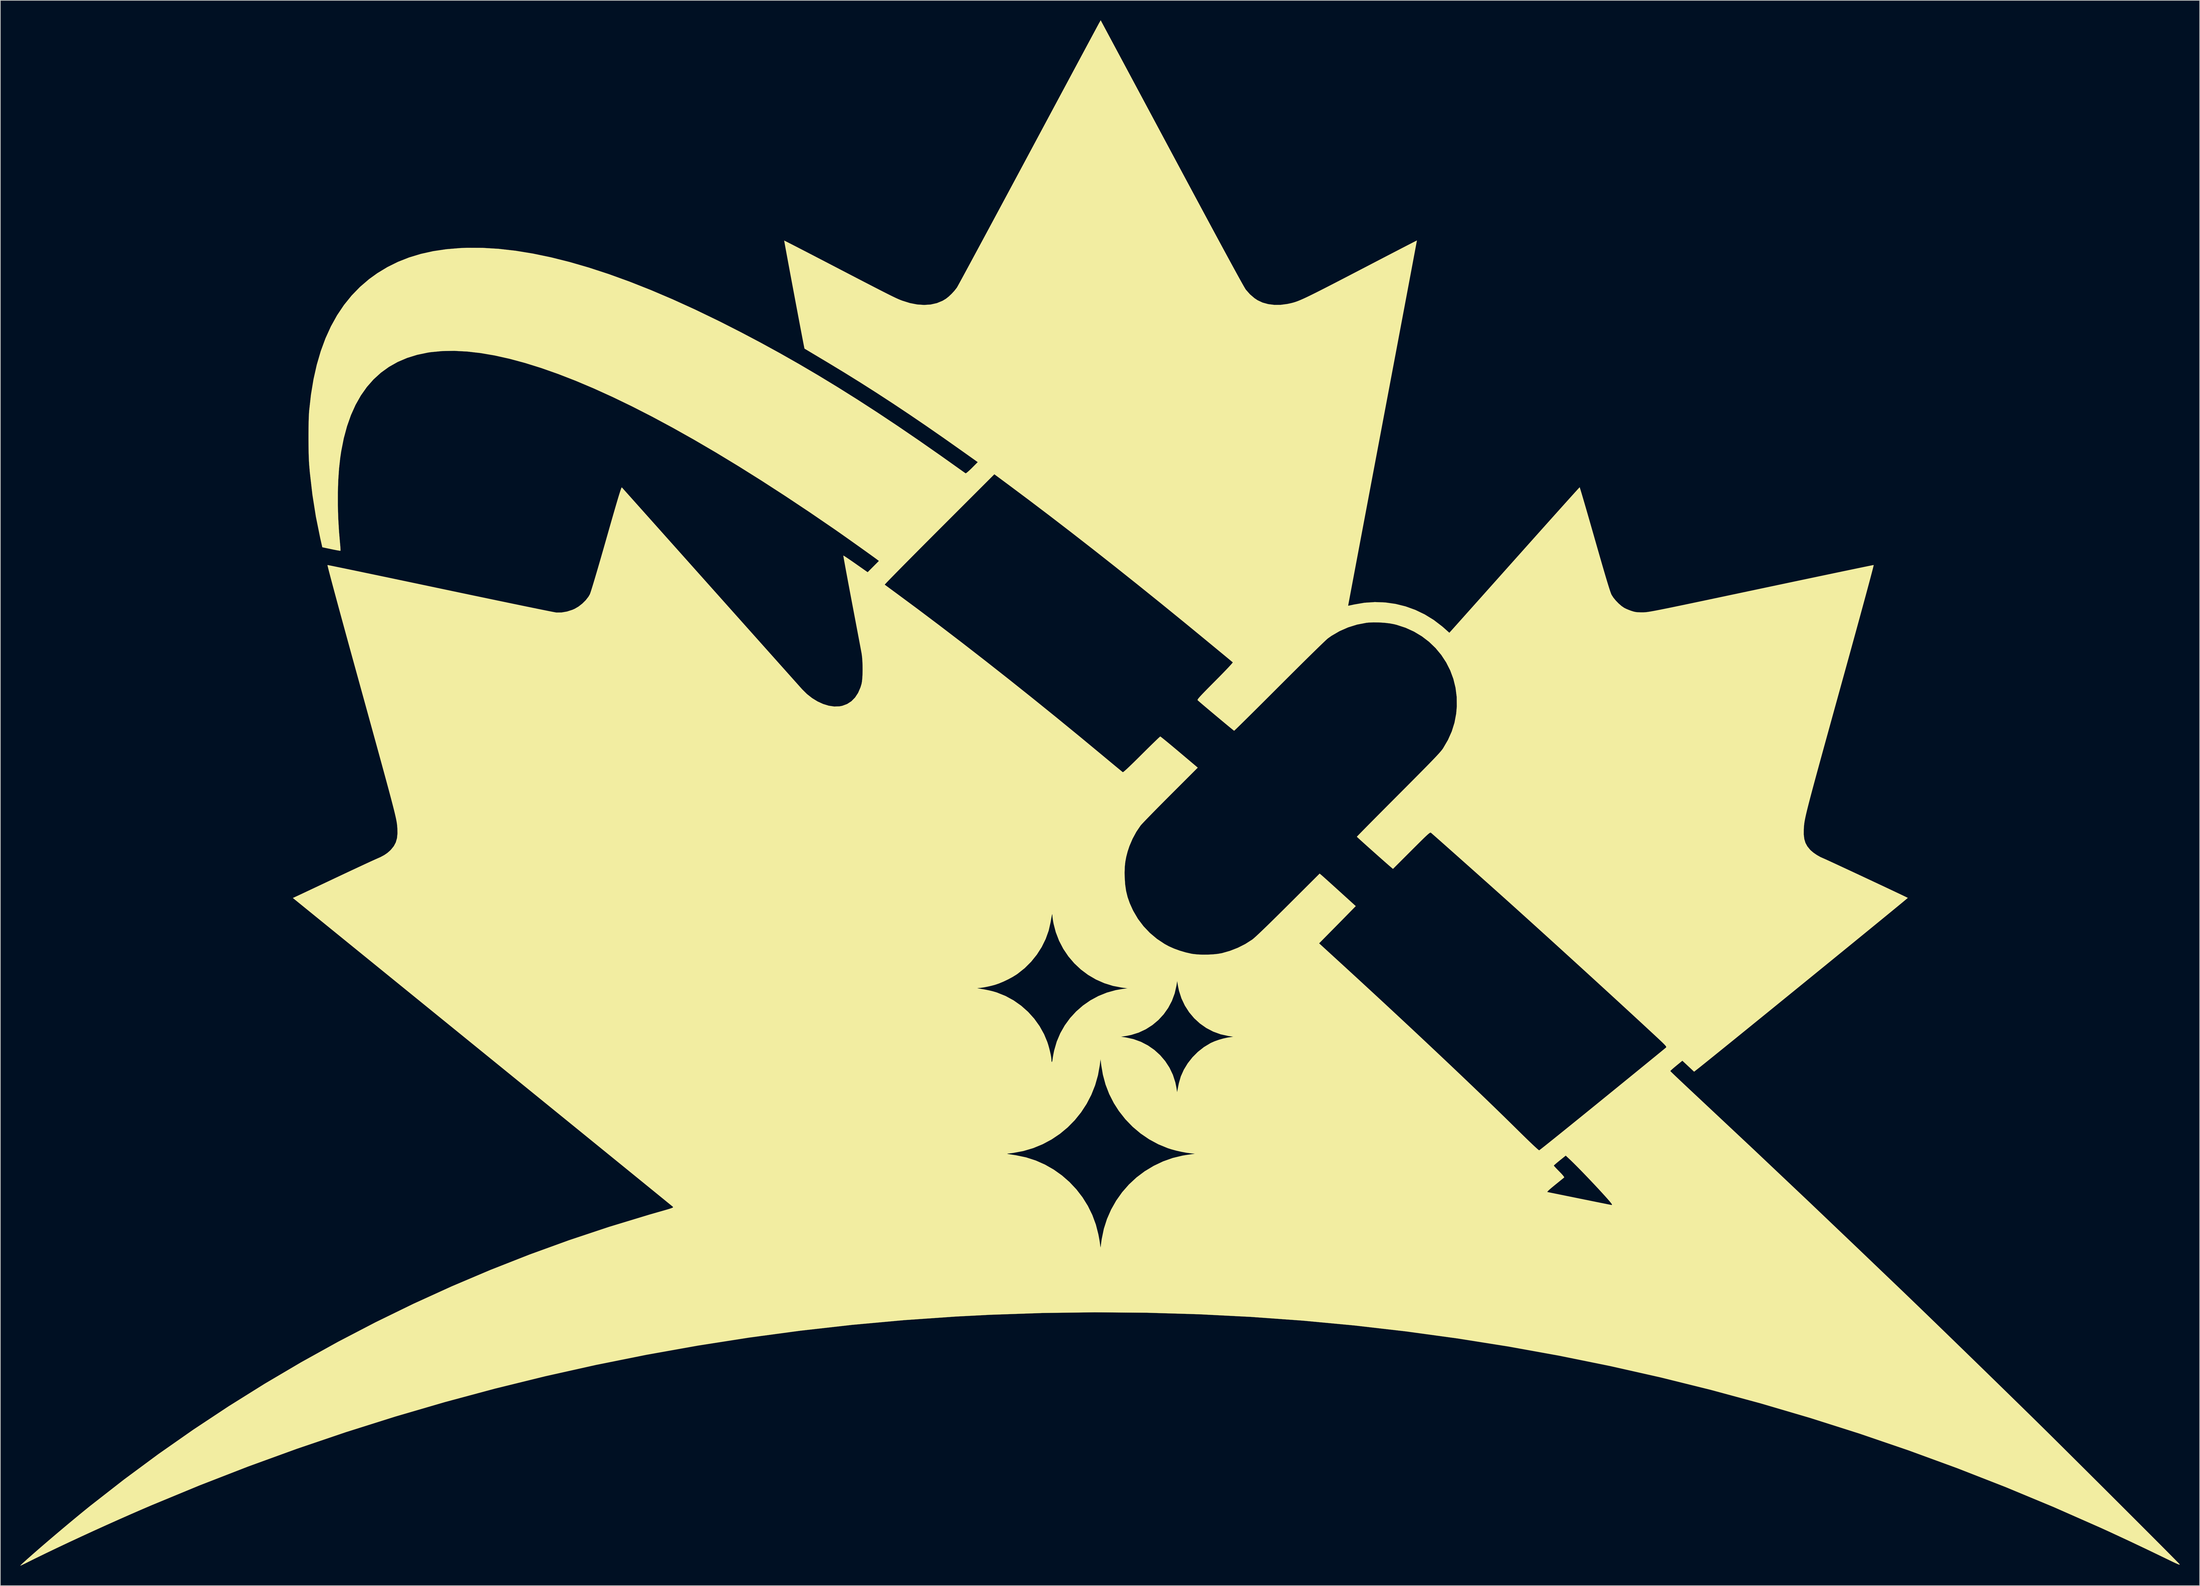
<source format=kicad_pcb>
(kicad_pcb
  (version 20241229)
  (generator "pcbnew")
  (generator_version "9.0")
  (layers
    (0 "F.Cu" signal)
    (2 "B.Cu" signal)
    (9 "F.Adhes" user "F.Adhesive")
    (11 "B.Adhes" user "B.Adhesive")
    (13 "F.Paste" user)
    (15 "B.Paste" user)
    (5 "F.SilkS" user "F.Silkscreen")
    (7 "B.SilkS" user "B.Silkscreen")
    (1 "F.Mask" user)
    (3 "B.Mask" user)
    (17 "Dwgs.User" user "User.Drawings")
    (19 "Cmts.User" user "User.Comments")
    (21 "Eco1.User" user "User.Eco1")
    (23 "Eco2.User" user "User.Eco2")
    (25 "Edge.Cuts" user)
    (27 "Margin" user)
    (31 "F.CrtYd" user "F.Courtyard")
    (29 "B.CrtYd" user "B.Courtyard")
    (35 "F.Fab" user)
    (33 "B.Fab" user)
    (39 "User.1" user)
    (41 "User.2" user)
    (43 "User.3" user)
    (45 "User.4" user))
  (footprint "SFUSat_Logo"
    (layer "F.Cu")
    (at 161.428 118.8)
    (property "Reference" "SFUSat_Logo" (at 0 0 0) (layer "F.SilkS") (effects (font (size 1.524 1.524) (thickness 0.3))))
    (attr through_hole)
    (fp_poly (pts (xy 11.846 -98.831) (xy 13.085 -96.519) (xy 14.245 -94.355) (xy 15.328 -92.336) (xy 16.335 -90.461) (xy 17.267 -88.728) (xy 18.124 -87.135) (xy 18.909 -85.68) (xy 19.622 -84.361) (xy 20.265 -83.175) (xy 20.837 -82.123) (xy 21.341 -81.2) (xy 21.777 -80.405) (xy 22.146 -79.737) (xy 22.45 -79.193) (xy 22.689 -78.772) (xy 22.865 -78.471) (xy 22.979 -78.288) (xy 23.008 -78.246) (xy 23.619 -77.554) (xy 24.312 -76.962) (xy 24.779 -76.653) (xy 25.522 -76.308) (xy 26.366 -76.077) (xy 27.283 -75.962) (xy 28.245 -75.969) (xy 29.223 -76.098) (xy 29.291 -76.112) (xy 29.529 -76.162) (xy 29.753 -76.211) (xy 29.97 -76.263) (xy 30.189 -76.322) (xy 30.417 -76.392) (xy 30.664 -76.477) (xy 30.936 -76.581) (xy 31.241 -76.707) (xy 31.589 -76.86) (xy 31.987 -77.042) (xy 32.443 -77.259) (xy 32.964 -77.514) (xy 33.561 -77.811) (xy 34.239 -78.153) (xy 35.008 -78.545) (xy 35.875 -78.99) (xy 36.848 -79.492) (xy 37.936 -80.056) (xy 39.147 -80.685) (xy 40.489 -81.382) (xy 41.969 -82.153) (xy 42.629 -82.496) (xy 43.572 -82.987) (xy 44.47 -83.454) (xy 45.313 -83.891) (xy 46.089 -84.293) (xy 46.788 -84.655) (xy 47.397 -84.97) (xy 47.907 -85.232) (xy 48.305 -85.437) (xy 48.58 -85.577) (xy 48.722 -85.647) (xy 48.739 -85.655) (xy 48.725 -85.571) (xy 48.68 -85.328) (xy 48.606 -84.93) (xy 48.504 -84.385) (xy 48.376 -83.697) (xy 48.221 -82.874) (xy 48.043 -81.921) (xy 47.841 -80.845) (xy 47.616 -79.651) (xy 47.371 -78.346) (xy 47.106 -76.936) (xy 46.822 -75.427) (xy 46.52 -73.826) (xy 46.202 -72.138) (xy 45.869 -70.369) (xy 45.522 -68.526) (xy 45.161 -66.614) (xy 44.789 -64.641) (xy 44.406 -62.611) (xy 44.014 -60.532) (xy 43.613 -58.409) (xy 43.568 -58.166) (xy 43.166 -56.038) (xy 42.773 -53.954) (xy 42.389 -51.918) (xy 42.015 -49.938) (xy 41.653 -48.02) (xy 41.304 -46.168) (xy 40.969 -44.391) (xy 40.649 -42.693) (xy 40.345 -41.082) (xy 40.059 -39.562) (xy 39.791 -38.141) (xy 39.543 -36.824) (xy 39.316 -35.618) (xy 39.111 -34.528) (xy 38.929 -33.561) (xy 38.771 -32.723) (xy 38.639 -32.02) (xy 38.534 -31.458) (xy 38.456 -31.043) (xy 38.408 -30.782) (xy 38.389 -30.681) (xy 38.389 -30.679) (xy 38.469 -30.692) (xy 38.679 -30.735) (xy 38.985 -30.801) (xy 39.255 -30.861) (xy 40.83 -31.132) (xy 42.407 -31.237) (xy 43.974 -31.179) (xy 45.521 -30.961) (xy 47.035 -30.586) (xy 48.506 -30.056) (xy 49.923 -29.374) (xy 51.274 -28.545) (xy 52.548 -27.569) (xy 52.827 -27.326) (xy 53.627 -26.614) (xy 54.436 -27.516) (xy 54.583 -27.681) (xy 54.837 -27.964) (xy 55.189 -28.359) (xy 55.634 -28.857) (xy 56.165 -29.452) (xy 56.776 -30.135) (xy 57.458 -30.899) (xy 58.207 -31.737) (xy 59.014 -32.641) (xy 59.873 -33.604) (xy 60.778 -34.617) (xy 61.722 -35.675) (xy 62.698 -36.768) (xy 63.699 -37.889) (xy 64.215 -38.466) (xy 65.212 -39.583) (xy 66.178 -40.664) (xy 67.108 -41.705) (xy 67.996 -42.697) (xy 68.835 -43.634) (xy 69.619 -44.509) (xy 70.343 -45.316) (xy 71 -46.048) (xy 71.585 -46.698) (xy 72.091 -47.26) (xy 72.512 -47.726) (xy 72.843 -48.091) (xy 73.077 -48.347) (xy 73.208 -48.488) (xy 73.235 -48.514) (xy 73.265 -48.434) (xy 73.338 -48.203) (xy 73.451 -47.831) (xy 73.6 -47.33) (xy 73.782 -46.71) (xy 73.995 -45.983) (xy 74.234 -45.16) (xy 74.496 -44.252) (xy 74.779 -43.27) (xy 75.079 -42.225) (xy 75.393 -41.129) (xy 75.514 -40.703) (xy 75.923 -39.275) (xy 76.288 -38.003) (xy 76.613 -36.879) (xy 76.899 -35.898) (xy 77.149 -35.05) (xy 77.365 -34.33) (xy 77.549 -33.731) (xy 77.703 -33.244) (xy 77.829 -32.863) (xy 77.93 -32.581) (xy 78.007 -32.39) (xy 78.036 -32.33) (xy 78.3 -31.916) (xy 78.668 -31.466) (xy 79.094 -31.027) (xy 79.534 -30.643) (xy 79.925 -30.373) (xy 80.194 -30.237) (xy 80.554 -30.083) (xy 80.932 -29.939) (xy 80.984 -29.921) (xy 81.322 -29.814) (xy 81.619 -29.745) (xy 81.935 -29.707) (xy 82.325 -29.691) (xy 82.635 -29.688) (xy 82.75 -29.688) (xy 82.865 -29.69) (xy 82.987 -29.696) (xy 83.122 -29.706) (xy 83.278 -29.722) (xy 83.462 -29.746) (xy 83.681 -29.778) (xy 83.942 -29.821) (xy 84.253 -29.876) (xy 84.619 -29.944) (xy 85.049 -30.027) (xy 85.549 -30.125) (xy 86.126 -30.241) (xy 86.789 -30.376) (xy 87.542 -30.531) (xy 88.395 -30.708) (xy 89.354 -30.908) (xy 90.425 -31.133) (xy 91.617 -31.383) (xy 92.935 -31.661) (xy 94.388 -31.968) (xy 95.982 -32.305) (xy 97.725 -32.673) (xy 99.623 -33.075) (xy 100.499 -33.26) (xy 102.161 -33.612) (xy 103.778 -33.953) (xy 105.344 -34.284) (xy 106.85 -34.601) (xy 108.29 -34.904) (xy 109.654 -35.191) (xy 110.935 -35.459) (xy 112.125 -35.709) (xy 113.217 -35.937) (xy 114.203 -36.142) (xy 115.074 -36.324) (xy 115.823 -36.479) (xy 116.443 -36.606) (xy 116.925 -36.704) (xy 117.261 -36.772) (xy 117.444 -36.806) (xy 117.477 -36.811) (xy 117.464 -36.728) (xy 117.408 -36.489) (xy 117.31 -36.102) (xy 117.172 -35.573) (xy 116.997 -34.909) (xy 116.786 -34.118) (xy 116.541 -33.208) (xy 116.265 -32.184) (xy 115.958 -31.055) (xy 115.624 -29.827) (xy 115.264 -28.508) (xy 114.88 -27.105) (xy 114.473 -25.625) (xy 114.047 -24.075) (xy 113.602 -22.463) (xy 113.186 -20.955) (xy 112.563 -18.705) (xy 111.985 -16.612) (xy 111.448 -14.67) (xy 110.952 -12.873) (xy 110.494 -11.214) (xy 110.073 -9.688) (xy 109.688 -8.288) (xy 109.337 -7.008) (xy 109.018 -5.842) (xy 108.73 -4.783) (xy 108.471 -3.827) (xy 108.24 -2.965) (xy 108.034 -2.193) (xy 107.853 -1.504) (xy 107.694 -0.891) (xy 107.557 -0.35) (xy 107.438 0.127) (xy 107.338 0.546) (xy 107.254 0.912) (xy 107.185 1.232) (xy 107.129 1.512) (xy 107.084 1.759) (xy 107.049 1.978) (xy 107.023 2.176) (xy 107.003 2.358) (xy 106.988 2.531) (xy 106.976 2.701) (xy 106.967 2.875) (xy 106.962 2.963) (xy 106.957 3.755) (xy 107.037 4.424) (xy 107.211 5.003) (xy 107.491 5.52) (xy 107.886 6.007) (xy 108.01 6.135) (xy 108.425 6.488) (xy 108.937 6.838) (xy 109.477 7.143) (xy 109.897 7.329) (xy 110.03 7.386) (xy 110.299 7.507) (xy 110.688 7.685) (xy 111.185 7.914) (xy 111.775 8.187) (xy 112.444 8.498) (xy 113.179 8.84) (xy 113.965 9.206) (xy 114.79 9.591) (xy 115.638 9.987) (xy 116.496 10.389) (xy 117.35 10.789) (xy 118.186 11.182) (xy 118.99 11.559) (xy 119.748 11.917) (xy 120.447 12.246) (xy 121.072 12.542) (xy 121.61 12.797) (xy 122.046 13.005) (xy 122.367 13.16) (xy 122.559 13.255) (xy 122.61 13.282) (xy 122.549 13.339) (xy 122.363 13.496) (xy 122.06 13.748) (xy 121.646 14.091) (xy 121.128 14.518) (xy 120.513 15.023) (xy 119.808 15.602) (xy 119.019 16.248) (xy 118.153 16.956) (xy 117.219 17.72) (xy 116.221 18.535) (xy 115.167 19.395) (xy 114.065 20.295) (xy 112.92 21.228) (xy 111.74 22.19) (xy 110.532 23.175) (xy 109.302 24.176) (xy 108.057 25.19) (xy 106.805 26.209) (xy 105.552 27.228) (xy 104.305 28.242) (xy 103.071 29.245) (xy 101.857 30.232) (xy 100.669 31.197) (xy 99.514 32.134) (xy 98.401 33.038) (xy 97.334 33.903) (xy 96.322 34.724) (xy 95.37 35.494) (xy 94.486 36.209) (xy 93.678 36.863) (xy 92.951 37.449) (xy 92.312 37.964) (xy 91.769 38.4) (xy 91.328 38.753) (xy 90.996 39.016) (xy 90.928 39.07) (xy 90.458 39.439) (xy 89.575 38.613) (xy 88.691 37.787) (xy 87.777 38.534) (xy 87.448 38.808) (xy 87.173 39.046) (xy 86.976 39.228) (xy 86.879 39.333) (xy 86.874 39.346) (xy 86.936 39.414) (xy 87.112 39.587) (xy 87.391 39.856) (xy 87.764 40.212) (xy 88.22 40.644) (xy 88.748 41.143) (xy 89.34 41.7) (xy 89.984 42.304) (xy 90.67 42.946) (xy 91.004 43.258) (xy 99.372 51.105) (xy 107.792 59.07) (xy 115.147 66.083) (xy 115.929 66.832) (xy 116.701 67.571) (xy 117.45 68.288) (xy 118.165 68.972) (xy 118.831 69.609) (xy 119.438 70.189) (xy 119.971 70.7) (xy 120.419 71.128) (xy 120.768 71.462) (xy 120.989 71.673) (xy 121.743 72.395) (xy 122.607 73.225) (xy 123.568 74.152) (xy 124.617 75.164) (xy 125.741 76.251) (xy 126.929 77.401) (xy 128.169 78.603) (xy 129.451 79.847) (xy 130.763 81.122) (xy 132.093 82.415) (xy 133.431 83.717) (xy 134.764 85.016) (xy 136.082 86.301) (xy 137.373 87.561) (xy 138.626 88.786) (xy 139.829 89.963) (xy 140.972 91.083) (xy 142.042 92.133) (xy 142.408 92.493) (xy 142.951 93.028) (xy 143.572 93.641) (xy 144.265 94.327) (xy 145.021 95.077) (xy 145.835 95.884) (xy 146.699 96.742) (xy 147.604 97.642) (xy 148.545 98.578) (xy 149.514 99.542) (xy 150.502 100.527) (xy 151.505 101.525) (xy 152.513 102.53) (xy 153.519 103.534) (xy 154.517 104.53) (xy 155.499 105.511) (xy 156.458 106.469) (xy 157.386 107.397) (xy 158.276 108.288) (xy 159.121 109.134) (xy 159.914 109.928) (xy 160.647 110.663) (xy 161.313 111.332) (xy 161.904 111.927) (xy 162.414 112.442) (xy 162.836 112.868) (xy 163.161 113.199) (xy 163.382 113.426) (xy 163.493 113.544) (xy 163.504 113.557) (xy 163.532 113.615) (xy 163.502 113.634) (xy 163.398 113.61) (xy 163.208 113.537) (xy 162.918 113.409) (xy 162.514 113.22) (xy 161.983 112.965) (xy 161.485 112.723) (xy 158.671 111.365) (xy 155.899 110.051) (xy 153.209 108.8) (xy 151.68 108.101) (xy 144.523 104.944) (xy 137.309 101.946) (xy 130.04 99.107) (xy 122.718 96.429) (xy 115.347 93.91) (xy 107.927 91.553) (xy 100.462 89.356) (xy 92.953 87.321) (xy 85.403 85.448) (xy 77.814 83.738) (xy 70.187 82.19) (xy 62.527 80.805) (xy 54.833 79.585) (xy 47.109 78.528) (xy 39.358 77.635) (xy 31.58 76.907) (xy 23.779 76.345) (xy 15.956 75.948) (xy 8.114 75.717) (xy 0.255 75.653) (xy -7.619 75.756) (xy -15.505 76.026) (xy -20.616 76.29) (xy -28.436 76.832) (xy -36.234 77.541) (xy -44.007 78.417) (xy -51.753 79.459) (xy -59.47 80.666) (xy -67.154 82.038) (xy -74.804 83.574) (xy -82.416 85.273) (xy -89.988 87.136) (xy -97.517 89.16) (xy -105.001 91.346) (xy -112.437 93.693) (xy -119.823 96.201) (xy -127.155 98.868) (xy -134.432 101.695) (xy -141.65 104.68) (xy -142.96 105.241) (xy -144.757 106.023) (xy -146.614 106.843) (xy -148.505 107.69) (xy -150.405 108.552) (xy -152.29 109.419) (xy -154.135 110.278) (xy -155.915 111.119) (xy -157.605 111.929) (xy -159.18 112.698) (xy -160.252 113.23) (xy -160.649 113.428) (xy -160.991 113.595) (xy -161.25 113.718) (xy -161.399 113.784) (xy -161.423 113.792) (xy -161.39 113.74) (xy -161.257 113.603) (xy -161.051 113.407) (xy -160.998 113.358) (xy -160.37 112.791) (xy -159.628 112.135) (xy -158.795 111.407) (xy -157.889 110.623) (xy -156.93 109.802) (xy -155.939 108.96) (xy -154.935 108.113) (xy -153.938 107.279) (xy -152.968 106.474) (xy -152.046 105.715) (xy -151.19 105.02) (xy -150.876 104.768) (xy -145.803 100.81) (xy -140.643 96.994) (xy -135.397 93.322) (xy -130.068 89.795) (xy -124.66 86.414) (xy -119.174 83.18) (xy -113.613 80.096) (xy -107.98 77.162) (xy -102.278 74.38) (xy -96.509 71.751) (xy -90.676 69.276) (xy -84.781 66.958) (xy -78.828 64.797) (xy -72.818 62.794) (xy -66.756 60.952) (xy -65.426 60.571) (xy -64.747 60.378) (xy -64.215 60.225) (xy -63.813 60.105) (xy -63.526 60.012) (xy -63.337 59.941) (xy -63.229 59.885) (xy -63.188 59.839) (xy -63.196 59.797) (xy -63.225 59.763) (xy -63.3 59.7) (xy -63.502 59.534) (xy -63.828 59.269) (xy -64.272 58.907) (xy -64.83 58.452) (xy -65.499 57.907) (xy -66.273 57.277) (xy -67.149 56.564) (xy -68.123 55.772) (xy -69.19 54.904) (xy -70.345 53.964) (xy -71.586 52.956) (xy -72.906 51.882) (xy -73.028 51.783) (xy -12.912 51.783) (xy -12.88 51.808) (xy -12.731 51.841) (xy -12.453 51.889) (xy -12.032 51.954) (xy -11.561 52.027) (xy -10.057 52.343) (xy -8.606 52.813) (xy -7.219 53.428) (xy -5.905 54.179) (xy -4.674 55.056) (xy -3.536 56.05) (xy -2.499 57.152) (xy -1.575 58.353) (xy -0.772 59.643) (xy -0.1 61.013) (xy 0.431 62.454) (xy 0.802 63.905) (xy 0.891 64.367) (xy 0.973 64.838) (xy 1.038 65.253) (xy 1.069 65.49) (xy 1.106 65.772) (xy 1.134 65.891) (xy 1.155 65.853) (xy 1.163 65.786) (xy 1.186 65.577) (xy 1.229 65.252) (xy 1.284 64.862) (xy 1.322 64.601) (xy 1.635 63.084) (xy 2.106 61.612) (xy 2.727 60.196) (xy 3.489 58.849) (xy 4.385 57.586) (xy 4.452 57.509) (xy 68.372 57.509) (xy 68.382 57.558) (xy 68.382 57.558) (xy 68.492 57.579) (xy 68.752 57.631) (xy 69.148 57.711) (xy 69.663 57.815) (xy 70.282 57.941) (xy 70.99 58.085) (xy 71.772 58.244) (xy 72.612 58.414) (xy 73.237 58.542) (xy 74.106 58.718) (xy 74.928 58.885) (xy 75.686 59.039) (xy 76.364 59.176) (xy 76.949 59.293) (xy 77.425 59.389) (xy 77.776 59.458) (xy 77.987 59.499) (xy 78.044 59.51) (xy 78.111 59.479) (xy 78.07 59.365) (xy 77.96 59.209) (xy 77.745 58.946) (xy 77.438 58.591) (xy 77.054 58.16) (xy 76.605 57.667) (xy 76.106 57.125) (xy 75.57 56.55) (xy 75.01 55.957) (xy 74.442 55.359) (xy 73.877 54.772) (xy 73.331 54.209) (xy 72.816 53.686) (xy 72.346 53.217) (xy 71.935 52.817) (xy 71.786 52.676) (xy 71.14 52.068) (xy 70.241 52.791) (xy 69.913 53.059) (xy 69.638 53.292) (xy 69.442 53.467) (xy 69.347 53.564) (xy 69.342 53.574) (xy 69.399 53.652) (xy 69.554 53.826) (xy 69.786 54.072) (xy 70.073 54.367) (xy 70.165 54.459) (xy 70.493 54.799) (xy 70.734 55.072) (xy 70.877 55.262) (xy 70.907 55.355) (xy 70.905 55.357) (xy 70.817 55.43) (xy 70.618 55.593) (xy 70.331 55.826) (xy 69.977 56.114) (xy 69.577 56.438) (xy 69.525 56.48) (xy 69.046 56.873) (xy 68.698 57.172) (xy 68.475 57.383) (xy 68.372 57.509) (xy 4.452 57.509) (xy 5.407 56.418) (xy 6.545 55.359) (xy 7.781 54.429) (xy 9.135 53.613) (xy 10.545 52.943) (xy 11.994 52.428) (xy 13.466 52.074) (xy 13.928 51.997) (xy 14.306 51.941) (xy 14.689 51.885) (xy 14.944 51.847) (xy 15.367 51.785) (xy 14.652 51.715) (xy 14.018 51.629) (xy 13.292 51.493) (xy 12.537 51.322) (xy 11.817 51.129) (xy 11.267 50.954) (xy 9.824 50.36) (xy 8.45 49.617) (xy 7.158 48.734) (xy 5.96 47.723) (xy 4.868 46.593) (xy 3.894 45.354) (xy 3.138 44.171) (xy 2.439 42.802) (xy 1.892 41.38) (xy 1.49 39.889) (xy 1.238 38.396) (xy 1.133 37.55) (xy 1.027 38.396) (xy 0.748 39.97) (xy 0.318 41.481) (xy -0.254 42.921) (xy -0.961 44.283) (xy -1.794 45.558) (xy -2.745 46.739) (xy -3.805 47.816) (xy -4.968 48.783) (xy -6.224 49.63) (xy -7.565 50.35) (xy -8.983 50.935) (xy -10.471 51.377) (xy -12.019 51.667) (xy -12.446 51.719) (xy -12.682 51.743) (xy -12.842 51.763) (xy -12.912 51.783) (xy -73.028 51.783) (xy -74.303 50.747) (xy -75.772 49.553) (xy -77.308 48.304) (xy -78.908 47.004) (xy -80.567 45.656) (xy -82.281 44.263) (xy -84.045 42.83) (xy -85.856 41.359) (xy -87.709 39.853) (xy -89.6 38.317) (xy -91.524 36.754) (xy -91.888 36.459) (xy -103.686 26.876) (xy -17.415 26.876) (xy -17.27 26.907) (xy -17.103 26.935) (xy -16.311 27.072) (xy -15.65 27.205) (xy -15.083 27.341) (xy -14.574 27.49) (xy -14.437 27.535) (xy -13.151 28.053) (xy -11.936 28.718) (xy -10.804 29.517) (xy -9.768 30.438) (xy -8.841 31.467) (xy -8.034 32.593) (xy -7.362 33.803) (xy -6.876 34.972) (xy -6.739 35.396) (xy -6.603 35.878) (xy -6.478 36.377) (xy -6.373 36.849) (xy -6.299 37.252) (xy -6.266 37.545) (xy -6.265 37.584) (xy -6.249 37.871) (xy -6.207 37.993) (xy -6.153 37.949) (xy -6.1 37.738) (xy -6.081 37.592) (xy -6.033 37.251) (xy -5.957 36.822) (xy -5.869 36.38) (xy -5.838 36.237) (xy -5.453 34.91) (xy -5.142 34.176) (xy 4.191 34.176) (xy 4.909 34.283) (xy 6.096 34.542) (xy 7.221 34.951) (xy 8.272 35.497) (xy 9.238 36.171) (xy 10.107 36.96) (xy 10.867 37.853) (xy 11.509 38.84) (xy 12.019 39.908) (xy 12.387 41.047) (xy 12.547 41.832) (xy 12.658 42.539) (xy 12.728 42.161) (xy 12.782 41.876) (xy 12.855 41.51) (xy 12.92 41.19) (xy 13.217 40.157) (xy 13.668 39.147) (xy 14.256 38.181) (xy 14.967 37.278) (xy 15.785 36.458) (xy 16.693 35.741) (xy 17.677 35.146) (xy 17.765 35.101) (xy 18.306 34.864) (xy 18.947 34.638) (xy 19.622 34.446) (xy 20.26 34.307) (xy 20.414 34.282) (xy 21.124 34.176) (xy 20.386 34.068) (xy 19.206 33.811) (xy 18.089 33.405) (xy 17.046 32.859) (xy 16.087 32.184) (xy 15.224 31.392) (xy 14.467 30.492) (xy 13.828 29.496) (xy 13.316 28.414) (xy 12.943 27.258) (xy 12.777 26.458) (xy 12.668 25.781) (xy 12.56 26.464) (xy 12.291 27.656) (xy 11.874 28.782) (xy 11.319 29.832) (xy 10.639 30.795) (xy 9.844 31.659) (xy 8.945 32.414) (xy 7.954 33.048) (xy 6.881 33.551) (xy 5.738 33.91) (xy 4.929 34.068) (xy 4.191 34.176) (xy -5.142 34.176) (xy -4.919 33.651) (xy -4.248 32.47) (xy -3.45 31.375) (xy -2.535 30.378) (xy -1.514 29.486) (xy -0.397 28.71) (xy 0.805 28.058) (xy 2.081 27.542) (xy 3.421 27.169) (xy 4.427 26.995) (xy 5.207 26.893) (xy 4.391 26.788) (xy 3.012 26.529) (xy 1.691 26.116) (xy 0.437 25.56) (xy -0.74 24.87) (xy -1.829 24.054) (xy -2.82 23.124) (xy -3.703 22.088) (xy -4.467 20.956) (xy -5.103 19.737) (xy -5.6 18.441) (xy -5.926 17.19) (xy -6.001 16.787) (xy -6.062 16.403) (xy -6.098 16.096) (xy -6.105 15.989) (xy -6.112 15.772) (xy -6.127 15.71) (xy -6.159 15.791) (xy -6.183 15.875) (xy -6.227 16.07) (xy -6.286 16.38) (xy -6.352 16.752) (xy -6.383 16.939) (xy -6.674 18.22) (xy -7.124 19.472) (xy -7.719 20.679) (xy -8.45 21.822) (xy -9.305 22.885) (xy -10.272 23.85) (xy -11.341 24.7) (xy -11.519 24.823) (xy -12.099 25.182) (xy -12.769 25.542) (xy -13.475 25.879) (xy -14.16 26.164) (xy -14.768 26.371) (xy -14.773 26.372) (xy -15.297 26.511) (xy -15.856 26.637) (xy -16.403 26.741) (xy -16.886 26.815) (xy -17.257 26.849) (xy -17.262 26.849) (xy -17.409 26.859) (xy -17.415 26.876) (xy -103.686 26.876) (xy -120.403 13.298) (xy -119.871 13.053) (xy -119.705 12.976) (xy -119.4 12.833) (xy -118.969 12.631) (xy -118.428 12.376) (xy -117.79 12.075) (xy -117.068 11.735) (xy -116.277 11.362) (xy -115.43 10.962) (xy -114.542 10.543) (xy -114.004 10.288) (xy -113.089 9.857) (xy -112.201 9.439) (xy -111.353 9.042) (xy -110.562 8.672) (xy -109.841 8.336) (xy -109.206 8.041) (xy -108.671 7.795) (xy -108.251 7.603) (xy -107.962 7.474) (xy -107.865 7.432) (xy -107.194 7.132) (xy -106.65 6.838) (xy -106.196 6.529) (xy -105.793 6.178) (xy -105.638 6.021) (xy -105.215 5.498) (xy -104.917 4.934) (xy -104.735 4.302) (xy -104.661 3.576) (xy -104.676 2.893) (xy -104.687 2.731) (xy -104.698 2.577) (xy -104.71 2.423) (xy -104.727 2.265) (xy -104.748 2.096) (xy -104.776 1.91) (xy -104.813 1.7) (xy -104.859 1.462) (xy -104.917 1.188) (xy -104.989 0.873) (xy -105.074 0.51) (xy -105.176 0.094) (xy -105.296 -0.381) (xy -105.436 -0.923) (xy -105.596 -1.536) (xy -105.779 -2.226) (xy -105.986 -3.001) (xy -106.22 -3.865) (xy -106.48 -4.826) (xy -106.77 -5.889) (xy -107.09 -7.059) (xy -107.442 -8.344) (xy -107.828 -9.75) (xy -108.25 -11.281) (xy -108.708 -12.945) (xy -109.205 -14.748) (xy -109.742 -16.695) (xy -110.321 -18.793) (xy -110.943 -21.048) (xy -110.987 -21.209) (xy -111.479 -22.991) (xy -111.947 -24.693) (xy -112.39 -26.307) (xy -112.806 -27.829) (xy -113.195 -29.252) (xy -113.554 -30.571) (xy -113.881 -31.78) (xy -114.176 -32.873) (xy -114.437 -33.845) (xy -114.662 -34.69) (xy -114.85 -35.402) (xy -114.999 -35.975) (xy -115.107 -36.404) (xy -115.174 -36.682) (xy -115.196 -36.805) (xy -115.195 -36.81) (xy -115.105 -36.795) (xy -114.856 -36.747) (xy -114.458 -36.667) (xy -113.917 -36.556) (xy -113.242 -36.417) (xy -112.441 -36.252) (xy -111.52 -36.061) (xy -110.489 -35.846) (xy -109.355 -35.609) (xy -108.125 -35.352) (xy -106.808 -35.077) (xy -105.411 -34.784) (xy -103.943 -34.475) (xy -102.41 -34.153) (xy -100.822 -33.819) (xy -99.185 -33.474) (xy -98.213 -33.269) (xy -96.544 -32.917) (xy -94.914 -32.574) (xy -93.332 -32.242) (xy -91.805 -31.923) (xy -90.342 -31.617) (xy -88.951 -31.327) (xy -87.64 -31.055) (xy -86.417 -30.802) (xy -85.29 -30.569) (xy -84.268 -30.359) (xy -83.359 -30.174) (xy -82.57 -30.014) (xy -81.91 -29.881) (xy -81.387 -29.778) (xy -81.009 -29.706) (xy -80.784 -29.666) (xy -80.73 -29.659) (xy -79.962 -29.671) (xy -79.149 -29.812) (xy -78.341 -30.072) (xy -77.988 -30.227) (xy -77.41 -30.566) (xy -76.845 -31.009) (xy -76.334 -31.517) (xy -75.92 -32.049) (xy -75.722 -32.39) (xy -75.655 -32.56) (xy -75.545 -32.886) (xy -75.395 -33.361) (xy -75.206 -33.976) (xy -74.981 -34.724) (xy -74.723 -35.597) (xy -74.432 -36.589) (xy -74.112 -37.691) (xy -73.765 -38.896) (xy -73.393 -40.196) (xy -73.235 -40.752) (xy -72.847 -42.113) (xy -72.503 -43.318) (xy -72.199 -44.376) (xy -71.933 -45.293) (xy -71.704 -46.077) (xy -71.509 -46.737) (xy -71.345 -47.279) (xy -71.21 -47.71) (xy -71.103 -48.04) (xy -71.02 -48.275) (xy -70.96 -48.422) (xy -70.92 -48.49) (xy -70.902 -48.494) (xy -70.837 -48.422) (xy -70.664 -48.229) (xy -70.389 -47.921) (xy -70.015 -47.503) (xy -69.549 -46.982) (xy -68.995 -46.361) (xy -68.358 -45.648) (xy -67.644 -44.848) (xy -66.856 -43.966) (xy -66 -43.008) (xy -65.081 -41.979) (xy -64.105 -40.885) (xy -63.075 -39.732) (xy -61.997 -38.525) (xy -60.876 -37.269) (xy -59.717 -35.971) (xy -58.525 -34.636) (xy -57.574 -33.57) (xy -56.352 -32.202) (xy -55.157 -30.863) (xy -53.992 -29.558) (xy -52.863 -28.294) (xy -51.775 -27.075) (xy -50.733 -25.909) (xy -49.744 -24.801) (xy -48.811 -23.756) (xy -47.94 -22.781) (xy -47.137 -21.881) (xy -46.406 -21.063) (xy -45.753 -20.332) (xy -45.183 -19.693) (xy -44.701 -19.154) (xy -44.313 -18.719) (xy -44.023 -18.394) (xy -43.837 -18.186) (xy -43.771 -18.112) (xy -43.049 -17.396) (xy -42.27 -16.783) (xy -41.452 -16.28) (xy -40.614 -15.897) (xy -39.776 -15.64) (xy -38.956 -15.518) (xy -38.174 -15.538) (xy -37.722 -15.624) (xy -36.993 -15.897) (xy -36.352 -16.314) (xy -35.804 -16.871) (xy -35.348 -17.566) (xy -34.988 -18.396) (xy -34.828 -18.923) (xy -34.761 -19.293) (xy -34.711 -19.794) (xy -34.68 -20.387) (xy -34.668 -21.037) (xy -34.675 -21.704) (xy -34.7 -22.352) (xy -34.744 -22.943) (xy -34.807 -23.44) (xy -34.817 -23.495) (xy -34.853 -23.695) (xy -34.919 -24.048) (xy -35.011 -24.54) (xy -35.127 -25.155) (xy -35.264 -25.881) (xy -35.42 -26.703) (xy -35.591 -27.608) (xy -35.775 -28.581) (xy -35.97 -29.608) (xy -36.173 -30.676) (xy -36.278 -31.23) (xy -36.479 -32.291) (xy -36.67 -33.305) (xy -36.774 -33.859) (xy -31.346 -33.859) (xy -31.263 -33.795) (xy -31.063 -33.646) (xy -30.765 -33.426) (xy -30.39 -33.149) (xy -29.956 -32.83) (xy -29.633 -32.593) (xy -26.416 -30.212) (xy -23.1 -27.715) (xy -19.699 -25.114) (xy -16.227 -22.418) (xy -12.697 -19.64) (xy -9.124 -16.79) (xy -5.52 -13.878) (xy -1.901 -10.916) (xy 1.576 -8.034) (xy 2.171 -7.539) (xy 2.727 -7.077) (xy 3.231 -6.659) (xy 3.669 -6.297) (xy 4.027 -6.002) (xy 4.292 -5.786) (xy 4.448 -5.659) (xy 4.485 -5.632) (xy 4.574 -5.674) (xy 4.778 -5.839) (xy 5.097 -6.126) (xy 5.53 -6.534) (xy 6.076 -7.062) (xy 6.734 -7.71) (xy 7.314 -8.287) (xy 7.876 -8.845) (xy 8.402 -9.365) (xy 8.88 -9.834) (xy 9.298 -10.241) (xy 9.644 -10.574) (xy 9.905 -10.82) (xy 10.069 -10.967) (xy 10.123 -11.007) (xy 10.203 -10.954) (xy 10.399 -10.802) (xy 10.696 -10.564) (xy 11.082 -10.249) (xy 11.541 -9.87) (xy 12.061 -9.437) (xy 12.628 -8.962) (xy 12.984 -8.662) (xy 15.762 -6.318) (xy 11.649 -2.206) (xy 10.946 -1.502) (xy 10.27 -0.821) (xy 9.631 -0.176) (xy 9.042 0.423) (xy 8.513 0.965) (xy 8.054 1.438) (xy 7.677 1.831) (xy 7.393 2.132) (xy 7.212 2.332) (xy 7.163 2.391) (xy 6.525 3.33) (xy 5.956 4.379) (xy 5.481 5.488) (xy 5.209 6.308) (xy 5.001 7.108) (xy 4.86 7.866) (xy 4.78 8.637) (xy 4.755 9.476) (xy 4.767 10.156) (xy 4.837 11.251) (xy 4.979 12.238) (xy 5.207 13.168) (xy 5.533 14.091) (xy 5.97 15.059) (xy 6.075 15.269) (xy 6.768 16.449) (xy 7.602 17.551) (xy 8.559 18.558) (xy 9.623 19.453) (xy 10.775 20.22) (xy 11.42 20.57) (xy 12.186 20.911) (xy 13.049 21.225) (xy 13.941 21.489) (xy 14.789 21.681) (xy 15.028 21.722) (xy 15.695 21.795) (xy 16.456 21.828) (xy 17.259 21.824) (xy 18.052 21.784) (xy 18.784 21.709) (xy 19.4 21.6) (xy 20.609 21.256) (xy 21.798 20.791) (xy 22.92 20.225) (xy 23.932 19.578) (xy 23.99 19.537) (xy 24.197 19.367) (xy 24.518 19.08) (xy 24.948 18.681) (xy 25.483 18.172) (xy 26.119 17.559) (xy 26.85 16.846) (xy 27.672 16.037) (xy 28.582 15.136) (xy 29.393 14.329) (xy 34.106 9.628) (xy 34.398 9.873) (xy 34.525 9.984) (xy 34.762 10.195) (xy 35.093 10.492) (xy 35.502 10.86) (xy 35.973 11.285) (xy 36.491 11.754) (xy 37.04 12.252) (xy 37.114 12.318) (xy 39.538 14.519) (xy 38.502 15.578) (xy 38.153 15.934) (xy 37.715 16.38) (xy 37.216 16.887) (xy 36.687 17.424) (xy 36.157 17.962) (xy 35.745 18.379) (xy 34.024 20.122) (xy 37.945 23.713) (xy 39.959 25.563) (xy 41.978 27.425) (xy 43.994 29.29) (xy 45.995 31.151) (xy 47.973 32.996) (xy 49.917 34.818) (xy 51.817 36.606) (xy 53.665 38.351) (xy 55.449 40.045) (xy 57.161 41.679) (xy 58.791 43.241) (xy 60.328 44.725) (xy 61.763 46.12) (xy 63.086 47.417) (xy 63.754 48.076) (xy 64.465 48.778) (xy 65.109 49.407) (xy 65.679 49.958) (xy 66.165 50.422) (xy 66.563 50.792) (xy 66.863 51.063) (xy 67.06 51.227) (xy 67.144 51.277) (xy 67.223 51.221) (xy 67.427 51.064) (xy 67.747 50.812) (xy 68.176 50.472) (xy 68.706 50.048) (xy 69.33 49.548) (xy 70.04 48.976) (xy 70.829 48.34) (xy 71.69 47.645) (xy 72.614 46.897) (xy 73.595 46.103) (xy 74.625 45.268) (xy 75.696 44.398) (xy 76.669 43.607) (xy 77.772 42.71) (xy 78.84 41.841) (xy 79.866 41.005) (xy 80.843 40.21) (xy 81.762 39.461) (xy 82.616 38.765) (xy 83.399 38.127) (xy 84.101 37.553) (xy 84.717 37.051) (xy 85.237 36.625) (xy 85.655 36.283) (xy 85.964 36.029) (xy 86.155 35.871) (xy 86.22 35.816) (xy 86.255 35.774) (xy 86.267 35.724) (xy 86.244 35.654) (xy 86.176 35.553) (xy 86.051 35.41) (xy 85.859 35.212) (xy 85.59 34.949) (xy 85.231 34.609) (xy 84.773 34.181) (xy 84.204 33.652) (xy 84.018 33.48) (xy 82.571 32.14) (xy 81.016 30.705) (xy 79.37 29.19) (xy 77.652 27.613) (xy 75.88 25.99) (xy 74.072 24.337) (xy 72.246 22.672) (xy 70.422 21.01) (xy 68.615 19.368) (xy 66.846 17.764) (xy 65.132 16.213) (xy 63.491 14.732) (xy 62.78 14.092) (xy 62.265 13.629) (xy 61.678 13.102) (xy 61.028 12.521) (xy 60.327 11.894) (xy 59.586 11.231) (xy 58.814 10.543) (xy 58.023 9.837) (xy 57.224 9.124) (xy 56.427 8.414) (xy 55.642 7.716) (xy 54.881 7.038) (xy 54.153 6.392) (xy 53.471 5.786) (xy 52.844 5.229) (xy 52.283 4.732) (xy 51.799 4.304) (xy 51.402 3.954) (xy 51.103 3.692) (xy 50.914 3.527) (xy 50.855 3.477) (xy 50.811 3.457) (xy 50.752 3.463) (xy 50.666 3.506) (xy 50.542 3.596) (xy 50.371 3.741) (xy 50.14 3.951) (xy 49.841 4.236) (xy 49.463 4.605) (xy 48.994 5.069) (xy 48.424 5.636) (xy 47.923 6.137) (xy 45.142 8.917) (xy 44.9 8.713) (xy 44.663 8.51) (xy 44.342 8.231) (xy 43.953 7.889) (xy 43.511 7.499) (xy 43.032 7.076) (xy 42.533 6.632) (xy 42.029 6.183) (xy 41.536 5.743) (xy 41.071 5.326) (xy 40.649 4.946) (xy 40.286 4.618) (xy 39.998 4.355) (xy 39.802 4.173) (xy 39.712 4.085) (xy 39.709 4.079) (xy 39.767 4.013) (xy 39.938 3.835) (xy 40.212 3.554) (xy 40.583 3.176) (xy 41.042 2.71) (xy 41.581 2.164) (xy 42.193 1.546) (xy 42.87 0.863) (xy 43.604 0.125) (xy 44.387 -0.663) (xy 45.212 -1.49) (xy 45.961 -2.242) (xy 46.995 -3.278) (xy 47.915 -4.203) (xy 48.729 -5.023) (xy 49.444 -5.745) (xy 50.066 -6.376) (xy 50.603 -6.925) (xy 51.061 -7.397) (xy 51.447 -7.8) (xy 51.769 -8.142) (xy 52.033 -8.43) (xy 52.247 -8.671) (xy 52.416 -8.871) (xy 52.549 -9.039) (xy 52.651 -9.181) (xy 52.683 -9.229) (xy 53.418 -10.489) (xy 53.989 -11.769) (xy 54.4 -13.082) (xy 54.656 -14.443) (xy 54.75 -15.536) (xy 54.733 -16.96) (xy 54.557 -18.344) (xy 54.23 -19.677) (xy 53.758 -20.951) (xy 53.149 -22.155) (xy 52.412 -23.28) (xy 51.552 -24.316) (xy 50.578 -25.252) (xy 49.497 -26.08) (xy 48.317 -26.79) (xy 47.045 -27.371) (xy 45.688 -27.814) (xy 45.306 -27.91) (xy 44.633 -28.034) (xy 43.855 -28.123) (xy 43.031 -28.175) (xy 42.219 -28.186) (xy 41.479 -28.154) (xy 41.121 -28.117) (xy 39.733 -27.849) (xy 38.384 -27.428) (xy 37.097 -26.862) (xy 35.893 -26.161) (xy 35.348 -25.775) (xy 35.21 -25.656) (xy 34.961 -25.425) (xy 34.609 -25.091) (xy 34.163 -24.661) (xy 33.632 -24.145) (xy 33.023 -23.55) (xy 32.346 -22.884) (xy 31.608 -22.156) (xy 30.819 -21.374) (xy 29.986 -20.546) (xy 29.118 -19.681) (xy 28.223 -18.787) (xy 28.026 -18.591) (xy 27.139 -17.703) (xy 26.285 -16.85) (xy 25.472 -16.039) (xy 24.707 -15.277) (xy 23.998 -14.573) (xy 23.353 -13.933) (xy 22.779 -13.366) (xy 22.284 -12.879) (xy 21.875 -12.479) (xy 21.561 -12.174) (xy 21.349 -11.971) (xy 21.246 -11.879) (xy 21.237 -11.874) (xy 21.157 -11.933) (xy 20.964 -12.087) (xy 20.675 -12.323) (xy 20.307 -12.626) (xy 19.876 -12.983) (xy 19.399 -13.38) (xy 18.892 -13.803) (xy 18.373 -14.237) (xy 17.857 -14.669) (xy 17.362 -15.086) (xy 16.904 -15.472) (xy 16.5 -15.814) (xy 16.166 -16.099) (xy 15.92 -16.312) (xy 15.777 -16.439) (xy 15.749 -16.466) (xy 15.736 -16.511) (xy 15.76 -16.582) (xy 15.83 -16.692) (xy 15.956 -16.849) (xy 16.147 -17.064) (xy 16.411 -17.348) (xy 16.759 -17.709) (xy 17.2 -18.16) (xy 17.743 -18.709) (xy 18.378 -19.348) (xy 18.988 -19.964) (xy 19.536 -20.524) (xy 20.013 -21.017) (xy 20.409 -21.435) (xy 20.717 -21.769) (xy 20.926 -22.007) (xy 21.028 -22.142) (xy 21.036 -22.168) (xy 20.922 -22.264) (xy 20.692 -22.456) (xy 20.359 -22.732) (xy 19.94 -23.079) (xy 19.447 -23.486) (xy 18.895 -23.941) (xy 18.3 -24.433) (xy 17.674 -24.948) (xy 17.034 -25.476) (xy 16.392 -26.005) (xy 15.763 -26.522) (xy 15.163 -27.015) (xy 14.605 -27.473) (xy 14.104 -27.885) (xy 13.716 -28.202) (xy 10.222 -31.046) (xy 6.759 -33.834) (xy 3.341 -36.557) (xy -0.021 -39.205) (xy -3.315 -41.768) (xy -6.527 -44.237) (xy -9.647 -46.602) (xy -12.481 -48.721) (xy -14.845 -50.475) (xy -23.126 -42.194) (xy -24.111 -41.208) (xy -25.062 -40.255) (xy -25.972 -39.342) (xy -26.834 -38.474) (xy -27.641 -37.66) (xy -28.387 -36.907) (xy -29.065 -36.22) (xy -29.668 -35.607) (xy -30.19 -35.074) (xy -30.623 -34.63) (xy -30.961 -34.279) (xy -31.197 -34.03) (xy -31.325 -33.889) (xy -31.346 -33.859) (xy -36.774 -33.859) (xy -36.849 -34.258) (xy -37.013 -35.138) (xy -37.161 -35.932) (xy -37.289 -36.63) (xy -37.395 -37.217) (xy -37.479 -37.683) (xy -37.536 -38.015) (xy -37.565 -38.201) (xy -37.568 -38.237) (xy -37.492 -38.2) (xy -37.297 -38.077) (xy -37.001 -37.881) (xy -36.622 -37.624) (xy -36.179 -37.319) (xy -35.722 -37) (xy -33.911 -35.728) (xy -32.216 -37.429) (xy -32.427 -37.593) (xy -32.603 -37.725) (xy -32.898 -37.941) (xy -33.296 -38.228) (xy -33.777 -38.574) (xy -34.323 -38.966) (xy -34.916 -39.39) (xy -35.539 -39.833) (xy -36.172 -40.283) (xy -36.797 -40.726) (xy -37.396 -41.15) (xy -37.951 -41.541) (xy -38.443 -41.886) (xy -38.855 -42.173) (xy -38.883 -42.193) (xy -42.638 -44.76) (xy -46.304 -47.2) (xy -49.878 -49.513) (xy -53.361 -51.698) (xy -56.752 -53.755) (xy -60.05 -55.683) (xy -63.255 -57.483) (xy -66.365 -59.155) (xy -69.381 -60.697) (xy -72.302 -62.109) (xy -75.126 -63.392) (xy -77.853 -64.544) (xy -80.483 -65.566) (xy -83.015 -66.458) (xy -85.448 -67.218) (xy -87.782 -67.848) (xy -90.015 -68.346) (xy -92.148 -68.712) (xy -94.179 -68.945) (xy -96.108 -69.047) (xy -97.934 -69.016) (xy -99.656 -68.851) (xy -100.076 -68.789) (xy -101.698 -68.452) (xy -103.217 -67.981) (xy -104.634 -67.375) (xy -105.947 -66.634) (xy -107.158 -65.76) (xy -108.266 -64.751) (xy -109.271 -63.608) (xy -110.173 -62.331) (xy -110.971 -60.921) (xy -111.666 -59.377) (xy -112.257 -57.699) (xy -112.745 -55.888) (xy -113.129 -53.943) (xy -113.277 -52.959) (xy -113.457 -51.342) (xy -113.577 -49.593) (xy -113.638 -47.74) (xy -113.639 -45.809) (xy -113.58 -43.829) (xy -113.461 -41.826) (xy -113.322 -40.223) (xy -113.282 -39.787) (xy -113.253 -39.414) (xy -113.237 -39.135) (xy -113.237 -38.981) (xy -113.242 -38.961) (xy -113.334 -38.964) (xy -113.563 -38.998) (xy -113.901 -39.058) (xy -114.318 -39.14) (xy -114.628 -39.204) (xy -115.974 -39.488) (xy -116.286 -40.864) (xy -116.939 -44.082) (xy -117.462 -47.385) (xy -117.85 -50.746) (xy -117.951 -51.901) (xy -117.986 -52.458) (xy -118.014 -53.146) (xy -118.035 -53.932) (xy -118.048 -54.788) (xy -118.055 -55.681) (xy -118.054 -56.582) (xy -118.047 -57.459) (xy -118.032 -58.283) (xy -118.01 -59.022) (xy -117.981 -59.646) (xy -117.953 -60.029) (xy -117.679 -62.467) (xy -117.297 -64.776) (xy -116.806 -66.956) (xy -116.207 -69.007) (xy -115.499 -70.93) (xy -114.681 -72.727) (xy -113.754 -74.398) (xy -112.716 -75.944) (xy -111.567 -77.366) (xy -110.307 -78.664) (xy -108.936 -79.84) (xy -107.696 -80.734) (xy -106.183 -81.651) (xy -104.593 -82.439) (xy -102.917 -83.1) (xy -101.149 -83.636) (xy -99.283 -84.05) (xy -97.31 -84.342) (xy -95.225 -84.515) (xy -94.192 -84.556) (xy -91.857 -84.547) (xy -89.427 -84.399) (xy -86.901 -84.112) (xy -84.28 -83.685) (xy -81.563 -83.12) (xy -78.751 -82.415) (xy -75.844 -81.571) (xy -72.843 -80.588) (xy -69.747 -79.467) (xy -66.557 -78.206) (xy -63.272 -76.807) (xy -59.894 -75.269) (xy -56.422 -73.592) (xy -55.922 -73.343) (xy -52.971 -71.841) (xy -50.052 -70.3) (xy -47.152 -68.712) (xy -44.256 -67.068) (xy -41.35 -65.36) (xy -38.422 -63.58) (xy -35.457 -61.719) (xy -32.442 -59.768) (xy -29.363 -57.72) (xy -26.206 -55.566) (xy -22.958 -53.298) (xy -21.292 -52.115) (xy -20.774 -51.746) (xy -20.298 -51.407) (xy -19.883 -51.112) (xy -19.546 -50.874) (xy -19.307 -50.705) (xy -19.182 -50.618) (xy -19.17 -50.61) (xy -19.082 -50.647) (xy -18.9 -50.787) (xy -18.647 -51.009) (xy -18.346 -51.293) (xy -18.211 -51.427) (xy -17.341 -52.3) (xy -19.783 -54.035) (xy -22.512 -55.96) (xy -25.138 -57.781) (xy -27.681 -59.511) (xy -30.159 -61.161) (xy -32.591 -62.746) (xy -34.999 -64.278) (xy -37.399 -65.769) (xy -39.813 -67.233) (xy -40.132 -67.424) (xy -40.806 -67.826) (xy -41.433 -68.201) (xy -42 -68.54) (xy -42.492 -68.834) (xy -42.893 -69.074) (xy -43.19 -69.251) (xy -43.368 -69.358) (xy -43.414 -69.385) (xy -43.433 -69.469) (xy -43.481 -69.706) (xy -43.555 -70.081) (xy -43.651 -70.581) (xy -43.769 -71.193) (xy -43.904 -71.902) (xy -44.055 -72.695) (xy -44.218 -73.558) (xy -44.392 -74.477) (xy -44.573 -75.438) (xy -44.76 -76.428) (xy -44.948 -77.433) (xy -45.137 -78.439) (xy -45.323 -79.432) (xy -45.504 -80.399) (xy -45.677 -81.325) (xy -45.839 -82.198) (xy -45.988 -83.002) (xy -46.122 -83.726) (xy -46.237 -84.354) (xy -46.332 -84.872) (xy -46.403 -85.268) (xy -46.448 -85.528) (xy -46.465 -85.636) (xy -46.465 -85.639) (xy -46.388 -85.604) (xy -46.171 -85.496) (xy -45.825 -85.32) (xy -45.36 -85.082) (xy -44.786 -84.788) (xy -44.115 -84.442) (xy -43.355 -84.05) (xy -42.518 -83.617) (xy -41.615 -83.148) (xy -40.655 -82.65) (xy -39.649 -82.127) (xy -39.37 -81.982) (xy -37.961 -81.249) (xy -36.693 -80.59) (xy -35.559 -80.001) (xy -34.549 -79.477) (xy -33.655 -79.015) (xy -32.868 -78.609) (xy -32.179 -78.255) (xy -31.581 -77.949) (xy -31.065 -77.687) (xy -30.622 -77.465) (xy -30.243 -77.278) (xy -29.92 -77.121) (xy -29.644 -76.991) (xy -29.408 -76.883) (xy -29.201 -76.793) (xy -29.016 -76.716) (xy -28.844 -76.649) (xy -28.698 -76.594) (xy -27.56 -76.238) (xy -26.458 -76.024) (xy -25.405 -75.952) (xy -24.411 -76.021) (xy -23.485 -76.23) (xy -22.638 -76.579) (xy -22.129 -76.885) (xy -21.715 -77.212) (xy -21.272 -77.63) (xy -20.852 -78.087) (xy -20.51 -78.526) (xy -20.467 -78.589) (xy -20.402 -78.702) (xy -20.26 -78.958) (xy -20.045 -79.35) (xy -19.76 -79.873) (xy -19.409 -80.519) (xy -18.996 -81.283) (xy -18.523 -82.158) (xy -17.995 -83.138) (xy -17.414 -84.215) (xy -16.784 -85.385) (xy -16.108 -86.64) (xy -15.39 -87.975) (xy -14.634 -89.382) (xy -13.843 -90.855) (xy -13.019 -92.389) (xy -12.168 -93.976) (xy -11.291 -95.61) (xy -10.393 -97.285) (xy -9.737 -98.51) (xy -8.826 -100.21) (xy -7.935 -101.873) (xy -7.067 -103.493) (xy -6.225 -105.064) (xy -5.412 -106.58) (xy -4.633 -108.033) (xy -3.89 -109.418) (xy -3.188 -110.729) (xy -2.528 -111.958) (xy -1.916 -113.1) (xy -1.353 -114.148) (xy -0.845 -115.096) (xy -0.393 -115.937) (xy -0.002 -116.666) (xy 0.326 -117.275) (xy 0.586 -117.759) (xy 0.776 -118.111) (xy 0.891 -118.325) (xy 0.927 -118.389) (xy 1.157 -118.795) (xy 11.846 -98.831)) (stroke (width 0.01) (type solid)) (fill yes) (layer "F.SilkS")))
  (gr_rect
    (start -3 -3)
    (end 327.965 235.597)
    (stroke (width 0.1) (type default))
    (fill no)
    (layer "Edge.Cuts")))
</source>
